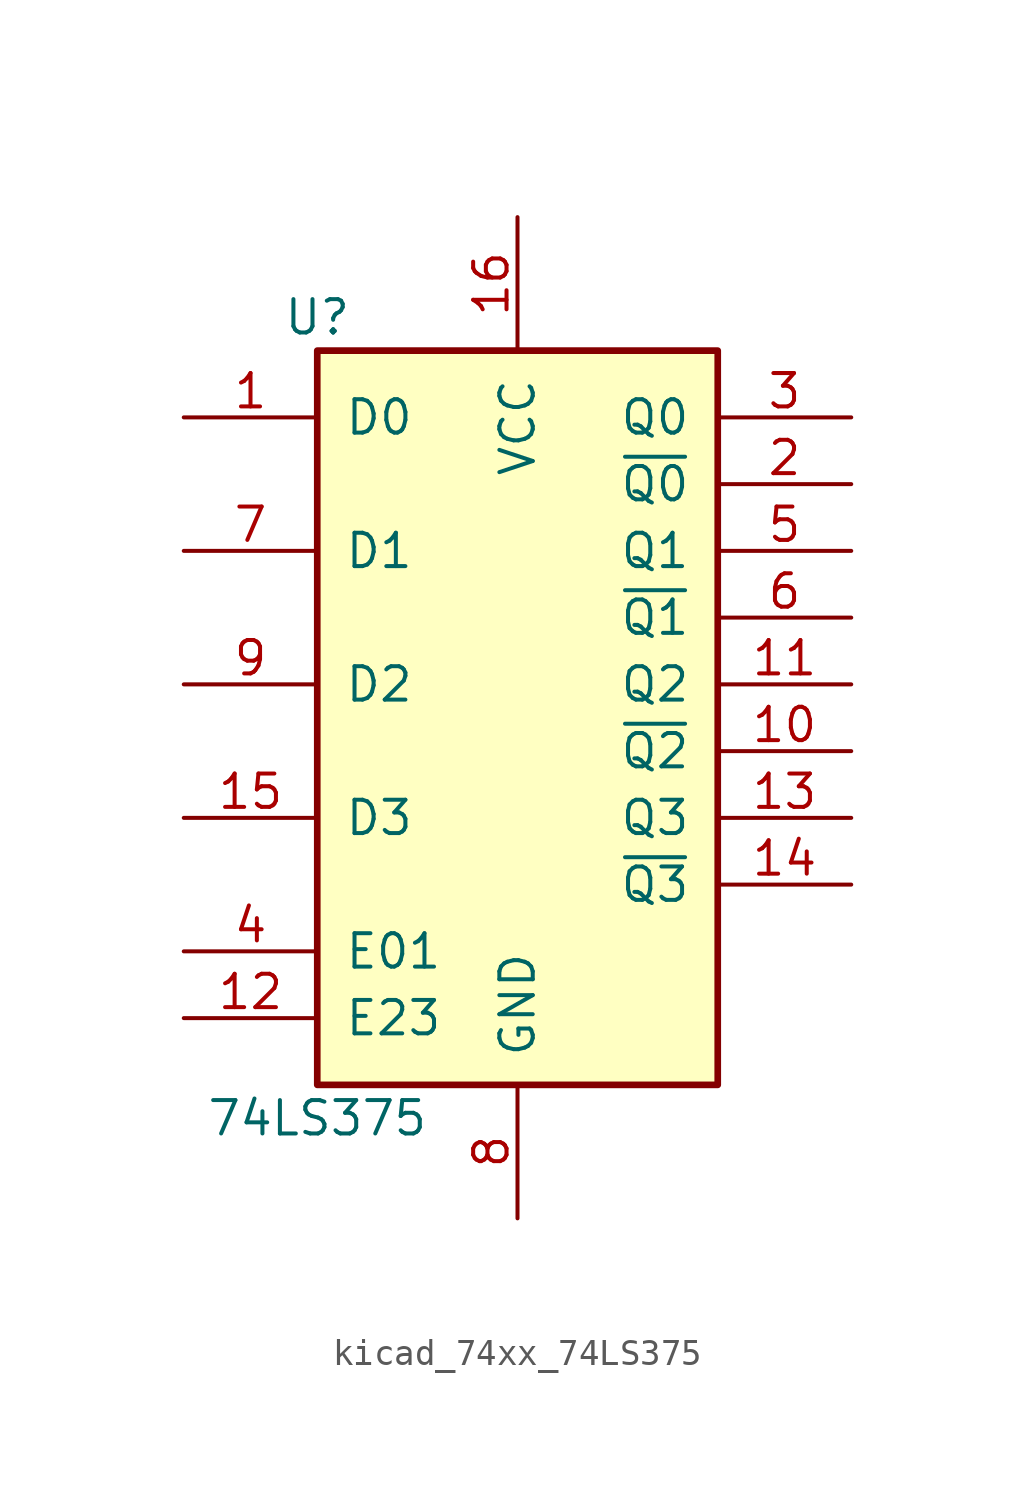
<source format=kicad_sym>
(kicad_symbol_lib
  (version 20220914)
  (generator kicad_symbol_editor)
  (symbol "kicad_74xx_74LS375"
    (pin_names
      (offset 1.016))
    (property "Reference" "U"
      (at -7.62 13.97 0)
      (effects (font (size 1.27 1.27))))
    (property "Value" "74LS375"
      (at -7.62 -16.51 0)
      (effects (font (size 1.27 1.27))))
    (property "ki_locked" ""
      (at 0 0 0)
      (effects (font (size 1.27 1.27))))
    (symbol "kicad_74xx_74LS375_1_0"
      (pin input line (at -12.7 10.16 0) (length 5.08) (name "D0" (effects (font (size 1.27 1.27)))) (number "1" (effects (font (size 1.27 1.27)))))
      (pin output line (at 12.7 -2.54 180) (length 5.08) (name "~{Q2}" (effects (font (size 1.27 1.27)))) (number "10" (effects (font (size 1.27 1.27)))))
      (pin output line (at 12.7 0 180) (length 5.08) (name "Q2" (effects (font (size 1.27 1.27)))) (number "11" (effects (font (size 1.27 1.27)))))
      (pin input line (at -12.7 -12.7 0) (length 5.08) (name "E23" (effects (font (size 1.27 1.27)))) (number "12" (effects (font (size 1.27 1.27)))))
      (pin output line (at 12.7 -5.08 180) (length 5.08) (name "Q3" (effects (font (size 1.27 1.27)))) (number "13" (effects (font (size 1.27 1.27)))))
      (pin output line (at 12.7 -7.62 180) (length 5.08) (name "~{Q3}" (effects (font (size 1.27 1.27)))) (number "14" (effects (font (size 1.27 1.27)))))
      (pin input line (at -12.7 -5.08 0) (length 5.08) (name "D3" (effects (font (size 1.27 1.27)))) (number "15" (effects (font (size 1.27 1.27)))))
      (pin power_in line (at 0 17.78 270) (length 5.08) (name "VCC" (effects (font (size 1.27 1.27)))) (number "16" (effects (font (size 1.27 1.27)))))
      (pin output line (at 12.7 7.62 180) (length 5.08) (name "~{Q0}" (effects (font (size 1.27 1.27)))) (number "2" (effects (font (size 1.27 1.27)))))
      (pin output line (at 12.7 10.16 180) (length 5.08) (name "Q0" (effects (font (size 1.27 1.27)))) (number "3" (effects (font (size 1.27 1.27)))))
      (pin input line (at -12.7 -10.16 0) (length 5.08) (name "E01" (effects (font (size 1.27 1.27)))) (number "4" (effects (font (size 1.27 1.27)))))
      (pin output line (at 12.7 5.08 180) (length 5.08) (name "Q1" (effects (font (size 1.27 1.27)))) (number "5" (effects (font (size 1.27 1.27)))))
      (pin output line (at 12.7 2.54 180) (length 5.08) (name "~{Q1}" (effects (font (size 1.27 1.27)))) (number "6" (effects (font (size 1.27 1.27)))))
      (pin input line (at -12.7 5.08 0) (length 5.08) (name "D1" (effects (font (size 1.27 1.27)))) (number "7" (effects (font (size 1.27 1.27)))))
      (pin power_in line (at 0 -20.32 90) (length 5.08) (name "GND" (effects (font (size 1.27 1.27)))) (number "8" (effects (font (size 1.27 1.27)))))
      (pin input line (at -12.7 0 0) (length 5.08) (name "D2" (effects (font (size 1.27 1.27)))) (number "9" (effects (font (size 1.27 1.27))))))
    (symbol "kicad_74xx_74LS375_1_1"
      (rectangle (start -7.62 12.7) (end 7.62 -15.24) (stroke (width 0.254) (type default)) (fill (type background))))))
</source>
